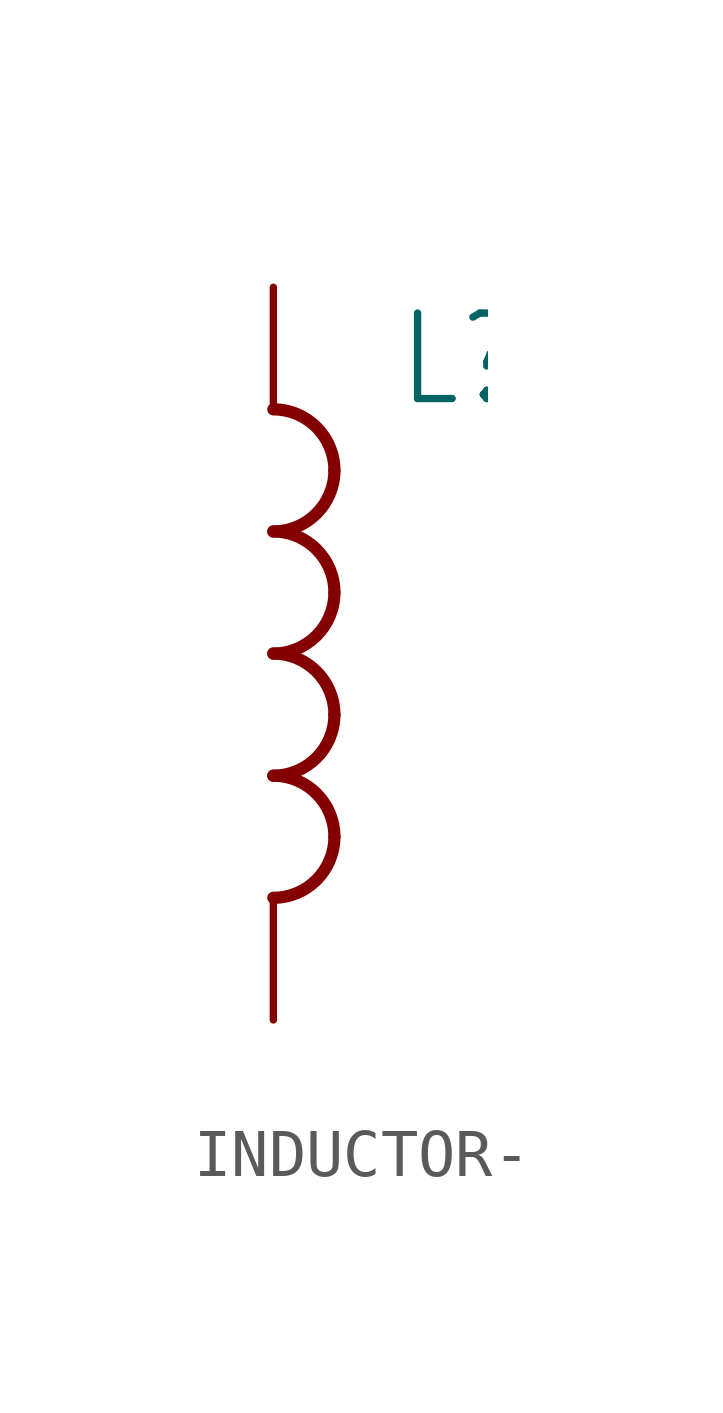
<source format=kicad_sym>
(kicad_symbol_lib
  (version 20220914)
  (generator kicad_symbol_editor)
  (symbol "INDUCTOR-"
    (property "Reference" "L"
      (at 2.54 5.08 0)
      (effects (font (size 1.778 1.511)) (justify left bottom)))
    (property "Value" ""
      (at 2.54 -5.08 0)
      (effects (font (size 1.778 1.511)) (justify left bottom)))
    (property "ki_locked" ""
      (at 0 0 0)
      (effects (font (size 1.27 1.27))))
    (symbol "INDUCTOR-_1_0"
      (arc (start 0 -5.08) (mid 0.898 -4.708) (end 1.27 -3.81) (stroke (width 0.254) (type solid)) (fill (type none)))
      (arc (start 0 -2.54) (mid 0.898 -2.168) (end 1.27 -1.27) (stroke (width 0.254) (type solid)) (fill (type none)))
      (arc (start 0 0) (mid 0.898 0.372) (end 1.27 1.27) (stroke (width 0.254) (type solid)) (fill (type none)))
      (arc (start 0 2.54) (mid 0.898 2.912) (end 1.27 3.81) (stroke (width 0.254) (type solid)) (fill (type none)))
      (arc (start 1.27 -3.81) (mid 0.898 -2.912) (end 0 -2.54) (stroke (width 0.254) (type solid)) (fill (type none)))
      (arc (start 1.27 -1.27) (mid 0.898 -0.372) (end 0 0) (stroke (width 0.254) (type solid)) (fill (type none)))
      (arc (start 1.27 1.27) (mid 0.898 2.168) (end 0 2.54) (stroke (width 0.254) (type solid)) (fill (type none)))
      (arc (start 1.27 3.81) (mid 0.898 4.708) (end 0 5.08) (stroke (width 0.254) (type solid)) (fill (type none)))
      (pin passive line (at 0 7.62 270) (length 2.54) (name "1" (effects (font (size 0 0)))) (number "1" (effects (font (size 0 0)))))
      (pin passive line (at 0 -7.62 90) (length 2.54) (name "2" (effects (font (size 0 0)))) (number "2" (effects (font (size 0 0))))))))
</source>
